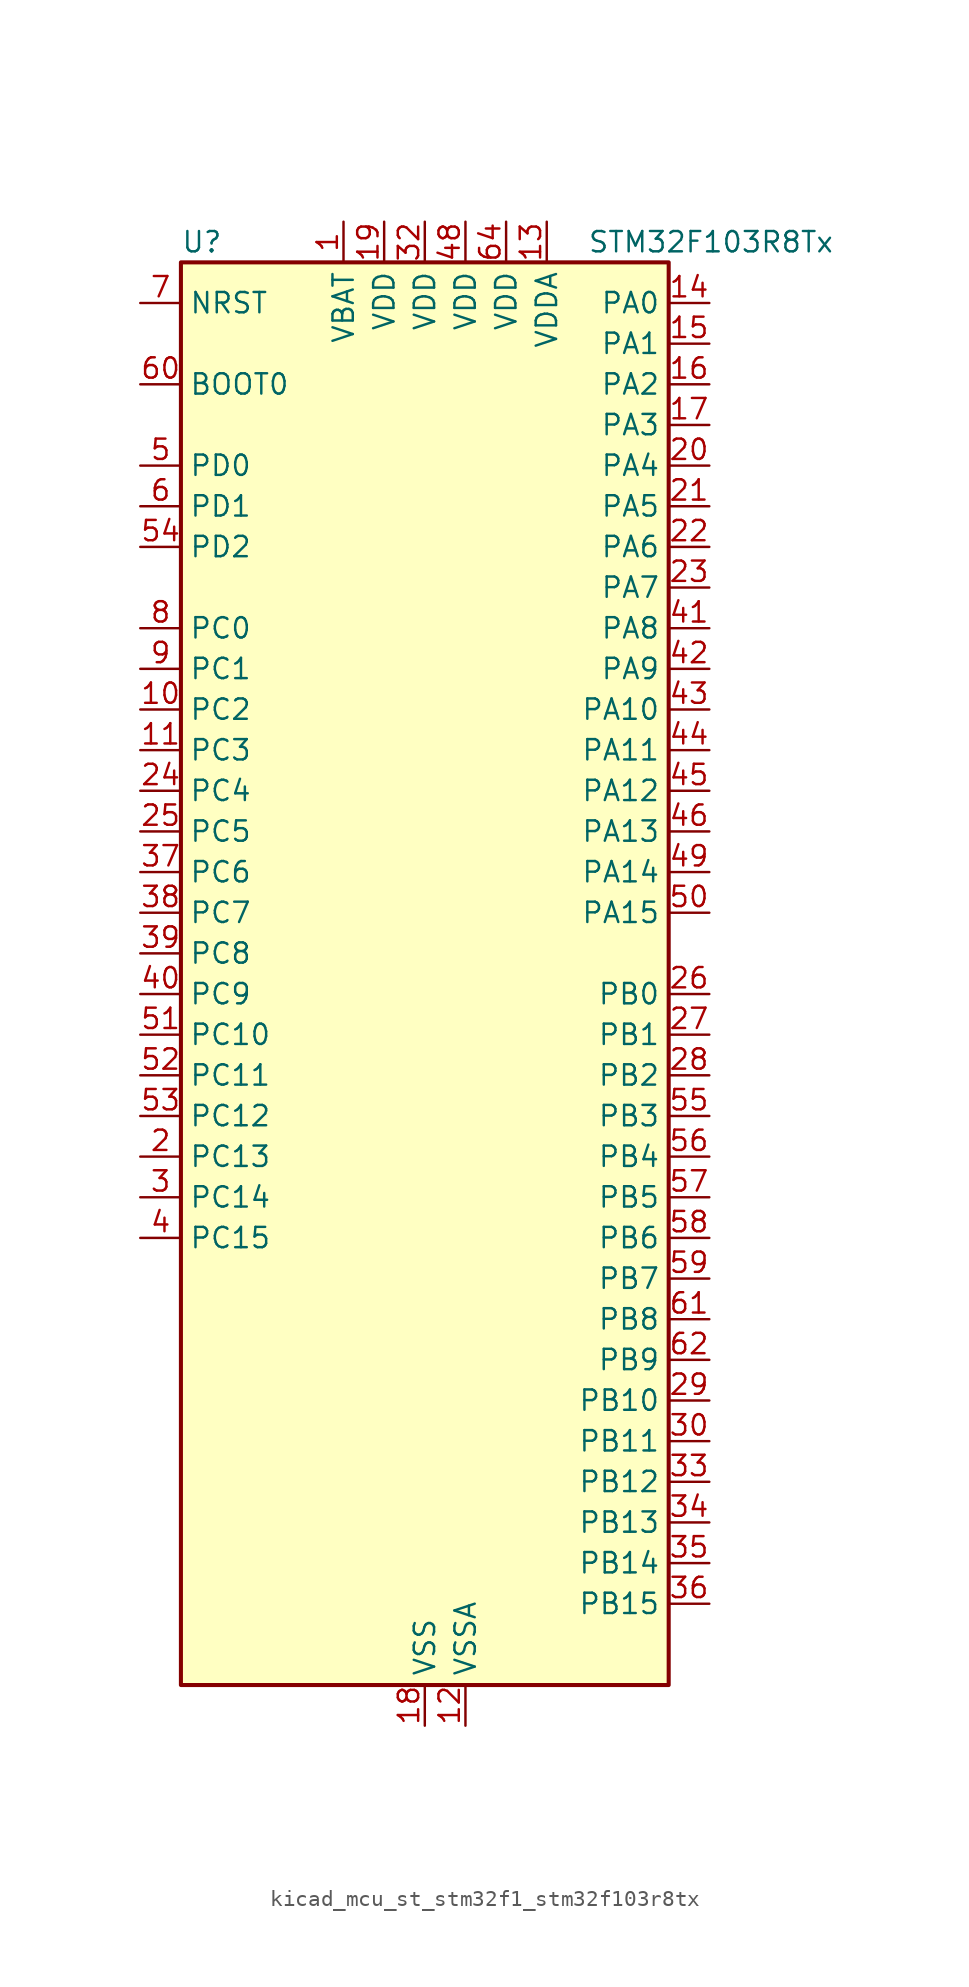
<source format=kicad_sym>
(kicad_symbol_lib
  (version 20220914)
  (generator kicad_symbol_editor)
  (symbol "kicad_mcu_st_stm32f1_stm32f103r8tx"
    (property "Reference" "U"
      (at -15.24 46.99 0)
      (effects (font (size 1.27 1.27)) (justify left)))
    (property "Value" "STM32F103R8Tx"
      (at 10.16 46.99 0)
      (effects (font (size 1.27 1.27)) (justify left)))
    (property "ki_locked" ""
      (at 0 0 0)
      (effects (font (size 1.27 1.27))))
    (symbol "kicad_mcu_st_stm32f1_stm32f103r8tx_0_1"
      (rectangle (start -15.24 -43.18) (end 15.24 45.72) (stroke (width 0.254) (type default)) (fill (type background))))
    (symbol "kicad_mcu_st_stm32f1_stm32f103r8tx_1_1"
      (pin power_in line (at -5.08 48.26 270) (length 2.54) (name "VBAT" (effects (font (size 1.27 1.27)))) (number "1" (effects (font (size 1.27 1.27)))))
      (pin bidirectional line (at -17.78 17.78 0) (length 2.54) (name "PC2" (effects (font (size 1.27 1.27)))) (number "10" (effects (font (size 1.27 1.27)))) (alternate "ADC1_IN12" bidirectional line) (alternate "ADC2_IN12" bidirectional line))
      (pin bidirectional line (at -17.78 15.24 0) (length 2.54) (name "PC3" (effects (font (size 1.27 1.27)))) (number "11" (effects (font (size 1.27 1.27)))) (alternate "ADC1_IN13" bidirectional line) (alternate "ADC2_IN13" bidirectional line))
      (pin power_in line (at 2.54 -45.72 90) (length 2.54) (name "VSSA" (effects (font (size 1.27 1.27)))) (number "12" (effects (font (size 1.27 1.27)))))
      (pin power_in line (at 7.62 48.26 270) (length 2.54) (name "VDDA" (effects (font (size 1.27 1.27)))) (number "13" (effects (font (size 1.27 1.27)))))
      (pin bidirectional line (at 17.78 43.18 180) (length 2.54) (name "PA0" (effects (font (size 1.27 1.27)))) (number "14" (effects (font (size 1.27 1.27)))) (alternate "ADC1_IN0" bidirectional line) (alternate "ADC2_IN0" bidirectional line) (alternate "SYS_WKUP" bidirectional line) (alternate "TIM2_CH1" bidirectional line) (alternate "TIM2_ETR" bidirectional line) (alternate "USART2_CTS" bidirectional line))
      (pin bidirectional line (at 17.78 40.64 180) (length 2.54) (name "PA1" (effects (font (size 1.27 1.27)))) (number "15" (effects (font (size 1.27 1.27)))) (alternate "ADC1_IN1" bidirectional line) (alternate "ADC2_IN1" bidirectional line) (alternate "TIM2_CH2" bidirectional line) (alternate "USART2_RTS" bidirectional line))
      (pin bidirectional line (at 17.78 38.1 180) (length 2.54) (name "PA2" (effects (font (size 1.27 1.27)))) (number "16" (effects (font (size 1.27 1.27)))) (alternate "ADC1_IN2" bidirectional line) (alternate "ADC2_IN2" bidirectional line) (alternate "TIM2_CH3" bidirectional line) (alternate "USART2_TX" bidirectional line))
      (pin bidirectional line (at 17.78 35.56 180) (length 2.54) (name "PA3" (effects (font (size 1.27 1.27)))) (number "17" (effects (font (size 1.27 1.27)))) (alternate "ADC1_IN3" bidirectional line) (alternate "ADC2_IN3" bidirectional line) (alternate "TIM2_CH4" bidirectional line) (alternate "USART2_RX" bidirectional line))
      (pin power_in line (at 0 -45.72 90) (length 2.54) (name "VSS" (effects (font (size 1.27 1.27)))) (number "18" (effects (font (size 1.27 1.27)))))
      (pin power_in line (at -2.54 48.26 270) (length 2.54) (name "VDD" (effects (font (size 1.27 1.27)))) (number "19" (effects (font (size 1.27 1.27)))))
      (pin bidirectional line (at -17.78 -10.16 0) (length 2.54) (name "PC13" (effects (font (size 1.27 1.27)))) (number "2" (effects (font (size 1.27 1.27)))) (alternate "RTC_OUT" bidirectional line) (alternate "RTC_TAMPER" bidirectional line))
      (pin bidirectional line (at 17.78 33.02 180) (length 2.54) (name "PA4" (effects (font (size 1.27 1.27)))) (number "20" (effects (font (size 1.27 1.27)))) (alternate "ADC1_IN4" bidirectional line) (alternate "ADC2_IN4" bidirectional line) (alternate "SPI1_NSS" bidirectional line) (alternate "USART2_CK" bidirectional line))
      (pin bidirectional line (at 17.78 30.48 180) (length 2.54) (name "PA5" (effects (font (size 1.27 1.27)))) (number "21" (effects (font (size 1.27 1.27)))) (alternate "ADC1_IN5" bidirectional line) (alternate "ADC2_IN5" bidirectional line) (alternate "SPI1_SCK" bidirectional line))
      (pin bidirectional line (at 17.78 27.94 180) (length 2.54) (name "PA6" (effects (font (size 1.27 1.27)))) (number "22" (effects (font (size 1.27 1.27)))) (alternate "ADC1_IN6" bidirectional line) (alternate "ADC2_IN6" bidirectional line) (alternate "SPI1_MISO" bidirectional line) (alternate "TIM1_BKIN" bidirectional line) (alternate "TIM3_CH1" bidirectional line))
      (pin bidirectional line (at 17.78 25.4 180) (length 2.54) (name "PA7" (effects (font (size 1.27 1.27)))) (number "23" (effects (font (size 1.27 1.27)))) (alternate "ADC1_IN7" bidirectional line) (alternate "ADC2_IN7" bidirectional line) (alternate "SPI1_MOSI" bidirectional line) (alternate "TIM1_CH1N" bidirectional line) (alternate "TIM3_CH2" bidirectional line))
      (pin bidirectional line (at -17.78 12.7 0) (length 2.54) (name "PC4" (effects (font (size 1.27 1.27)))) (number "24" (effects (font (size 1.27 1.27)))) (alternate "ADC1_IN14" bidirectional line) (alternate "ADC2_IN14" bidirectional line))
      (pin bidirectional line (at -17.78 10.16 0) (length 2.54) (name "PC5" (effects (font (size 1.27 1.27)))) (number "25" (effects (font (size 1.27 1.27)))) (alternate "ADC1_IN15" bidirectional line) (alternate "ADC2_IN15" bidirectional line))
      (pin bidirectional line (at 17.78 0 180) (length 2.54) (name "PB0" (effects (font (size 1.27 1.27)))) (number "26" (effects (font (size 1.27 1.27)))) (alternate "ADC1_IN8" bidirectional line) (alternate "ADC2_IN8" bidirectional line) (alternate "TIM1_CH2N" bidirectional line) (alternate "TIM3_CH3" bidirectional line))
      (pin bidirectional line (at 17.78 -2.54 180) (length 2.54) (name "PB1" (effects (font (size 1.27 1.27)))) (number "27" (effects (font (size 1.27 1.27)))) (alternate "ADC1_IN9" bidirectional line) (alternate "ADC2_IN9" bidirectional line) (alternate "TIM1_CH3N" bidirectional line) (alternate "TIM3_CH4" bidirectional line))
      (pin bidirectional line (at 17.78 -5.08 180) (length 2.54) (name "PB2" (effects (font (size 1.27 1.27)))) (number "28" (effects (font (size 1.27 1.27)))))
      (pin bidirectional line (at 17.78 -25.4 180) (length 2.54) (name "PB10" (effects (font (size 1.27 1.27)))) (number "29" (effects (font (size 1.27 1.27)))) (alternate "I2C2_SCL" bidirectional line) (alternate "TIM2_CH3" bidirectional line) (alternate "USART3_TX" bidirectional line))
      (pin bidirectional line (at -17.78 -12.7 0) (length 2.54) (name "PC14" (effects (font (size 1.27 1.27)))) (number "3" (effects (font (size 1.27 1.27)))) (alternate "RCC_OSC32_IN" bidirectional line))
      (pin bidirectional line (at 17.78 -27.94 180) (length 2.54) (name "PB11" (effects (font (size 1.27 1.27)))) (number "30" (effects (font (size 1.27 1.27)))) (alternate "ADC1_EXTI11" bidirectional line) (alternate "ADC2_EXTI11" bidirectional line) (alternate "I2C2_SDA" bidirectional line) (alternate "TIM2_CH4" bidirectional line) (alternate "USART3_RX" bidirectional line))
      (pin passive line (at 0 -45.72 90) (length 2.54) hide (name "VSS" (effects (font (size 1.27 1.27)))) (number "31" (effects (font (size 1.27 1.27)))))
      (pin power_in line (at 0 48.26 270) (length 2.54) (name "VDD" (effects (font (size 1.27 1.27)))) (number "32" (effects (font (size 1.27 1.27)))))
      (pin bidirectional line (at 17.78 -30.48 180) (length 2.54) (name "PB12" (effects (font (size 1.27 1.27)))) (number "33" (effects (font (size 1.27 1.27)))) (alternate "I2C2_SMBA" bidirectional line) (alternate "SPI2_NSS" bidirectional line) (alternate "TIM1_BKIN" bidirectional line) (alternate "USART3_CK" bidirectional line))
      (pin bidirectional line (at 17.78 -33.02 180) (length 2.54) (name "PB13" (effects (font (size 1.27 1.27)))) (number "34" (effects (font (size 1.27 1.27)))) (alternate "SPI2_SCK" bidirectional line) (alternate "TIM1_CH1N" bidirectional line) (alternate "USART3_CTS" bidirectional line))
      (pin bidirectional line (at 17.78 -35.56 180) (length 2.54) (name "PB14" (effects (font (size 1.27 1.27)))) (number "35" (effects (font (size 1.27 1.27)))) (alternate "SPI2_MISO" bidirectional line) (alternate "TIM1_CH2N" bidirectional line) (alternate "USART3_RTS" bidirectional line))
      (pin bidirectional line (at 17.78 -38.1 180) (length 2.54) (name "PB15" (effects (font (size 1.27 1.27)))) (number "36" (effects (font (size 1.27 1.27)))) (alternate "ADC1_EXTI15" bidirectional line) (alternate "ADC2_EXTI15" bidirectional line) (alternate "SPI2_MOSI" bidirectional line) (alternate "TIM1_CH3N" bidirectional line))
      (pin bidirectional line (at -17.78 7.62 0) (length 2.54) (name "PC6" (effects (font (size 1.27 1.27)))) (number "37" (effects (font (size 1.27 1.27)))) (alternate "TIM3_CH1" bidirectional line))
      (pin bidirectional line (at -17.78 5.08 0) (length 2.54) (name "PC7" (effects (font (size 1.27 1.27)))) (number "38" (effects (font (size 1.27 1.27)))) (alternate "TIM3_CH2" bidirectional line))
      (pin bidirectional line (at -17.78 2.54 0) (length 2.54) (name "PC8" (effects (font (size 1.27 1.27)))) (number "39" (effects (font (size 1.27 1.27)))) (alternate "TIM3_CH3" bidirectional line))
      (pin bidirectional line (at -17.78 -15.24 0) (length 2.54) (name "PC15" (effects (font (size 1.27 1.27)))) (number "4" (effects (font (size 1.27 1.27)))) (alternate "ADC1_EXTI15" bidirectional line) (alternate "ADC2_EXTI15" bidirectional line) (alternate "RCC_OSC32_OUT" bidirectional line))
      (pin bidirectional line (at -17.78 0 0) (length 2.54) (name "PC9" (effects (font (size 1.27 1.27)))) (number "40" (effects (font (size 1.27 1.27)))) (alternate "TIM3_CH4" bidirectional line))
      (pin bidirectional line (at 17.78 22.86 180) (length 2.54) (name "PA8" (effects (font (size 1.27 1.27)))) (number "41" (effects (font (size 1.27 1.27)))) (alternate "RCC_MCO" bidirectional line) (alternate "TIM1_CH1" bidirectional line) (alternate "USART1_CK" bidirectional line))
      (pin bidirectional line (at 17.78 20.32 180) (length 2.54) (name "PA9" (effects (font (size 1.27 1.27)))) (number "42" (effects (font (size 1.27 1.27)))) (alternate "TIM1_CH2" bidirectional line) (alternate "USART1_TX" bidirectional line))
      (pin bidirectional line (at 17.78 17.78 180) (length 2.54) (name "PA10" (effects (font (size 1.27 1.27)))) (number "43" (effects (font (size 1.27 1.27)))) (alternate "TIM1_CH3" bidirectional line) (alternate "USART1_RX" bidirectional line))
      (pin bidirectional line (at 17.78 15.24 180) (length 2.54) (name "PA11" (effects (font (size 1.27 1.27)))) (number "44" (effects (font (size 1.27 1.27)))) (alternate "ADC1_EXTI11" bidirectional line) (alternate "ADC2_EXTI11" bidirectional line) (alternate "CAN_RX" bidirectional line) (alternate "TIM1_CH4" bidirectional line) (alternate "USART1_CTS" bidirectional line) (alternate "USB_DM" bidirectional line))
      (pin bidirectional line (at 17.78 12.7 180) (length 2.54) (name "PA12" (effects (font (size 1.27 1.27)))) (number "45" (effects (font (size 1.27 1.27)))) (alternate "CAN_TX" bidirectional line) (alternate "TIM1_ETR" bidirectional line) (alternate "USART1_RTS" bidirectional line) (alternate "USB_DP" bidirectional line))
      (pin bidirectional line (at 17.78 10.16 180) (length 2.54) (name "PA13" (effects (font (size 1.27 1.27)))) (number "46" (effects (font (size 1.27 1.27)))) (alternate "SYS_JTMS-SWDIO" bidirectional line))
      (pin passive line (at 0 -45.72 90) (length 2.54) hide (name "VSS" (effects (font (size 1.27 1.27)))) (number "47" (effects (font (size 1.27 1.27)))))
      (pin power_in line (at 2.54 48.26 270) (length 2.54) (name "VDD" (effects (font (size 1.27 1.27)))) (number "48" (effects (font (size 1.27 1.27)))))
      (pin bidirectional line (at 17.78 7.62 180) (length 2.54) (name "PA14" (effects (font (size 1.27 1.27)))) (number "49" (effects (font (size 1.27 1.27)))) (alternate "SYS_JTCK-SWCLK" bidirectional line))
      (pin bidirectional line (at -17.78 33.02 0) (length 2.54) (name "PD0" (effects (font (size 1.27 1.27)))) (number "5" (effects (font (size 1.27 1.27)))) (alternate "RCC_OSC_IN" bidirectional line))
      (pin bidirectional line (at 17.78 5.08 180) (length 2.54) (name "PA15" (effects (font (size 1.27 1.27)))) (number "50" (effects (font (size 1.27 1.27)))) (alternate "ADC1_EXTI15" bidirectional line) (alternate "ADC2_EXTI15" bidirectional line) (alternate "SPI1_NSS" bidirectional line) (alternate "SYS_JTDI" bidirectional line) (alternate "TIM2_CH1" bidirectional line) (alternate "TIM2_ETR" bidirectional line))
      (pin bidirectional line (at -17.78 -2.54 0) (length 2.54) (name "PC10" (effects (font (size 1.27 1.27)))) (number "51" (effects (font (size 1.27 1.27)))) (alternate "USART3_TX" bidirectional line))
      (pin bidirectional line (at -17.78 -5.08 0) (length 2.54) (name "PC11" (effects (font (size 1.27 1.27)))) (number "52" (effects (font (size 1.27 1.27)))) (alternate "ADC1_EXTI11" bidirectional line) (alternate "ADC2_EXTI11" bidirectional line) (alternate "USART3_RX" bidirectional line))
      (pin bidirectional line (at -17.78 -7.62 0) (length 2.54) (name "PC12" (effects (font (size 1.27 1.27)))) (number "53" (effects (font (size 1.27 1.27)))) (alternate "USART3_CK" bidirectional line))
      (pin bidirectional line (at -17.78 27.94 0) (length 2.54) (name "PD2" (effects (font (size 1.27 1.27)))) (number "54" (effects (font (size 1.27 1.27)))) (alternate "TIM3_ETR" bidirectional line))
      (pin bidirectional line (at 17.78 -7.62 180) (length 2.54) (name "PB3" (effects (font (size 1.27 1.27)))) (number "55" (effects (font (size 1.27 1.27)))) (alternate "SPI1_SCK" bidirectional line) (alternate "SYS_JTDO-TRACESWO" bidirectional line) (alternate "TIM2_CH2" bidirectional line))
      (pin bidirectional line (at 17.78 -10.16 180) (length 2.54) (name "PB4" (effects (font (size 1.27 1.27)))) (number "56" (effects (font (size 1.27 1.27)))) (alternate "SPI1_MISO" bidirectional line) (alternate "SYS_NJTRST" bidirectional line) (alternate "TIM3_CH1" bidirectional line))
      (pin bidirectional line (at 17.78 -12.7 180) (length 2.54) (name "PB5" (effects (font (size 1.27 1.27)))) (number "57" (effects (font (size 1.27 1.27)))) (alternate "I2C1_SMBA" bidirectional line) (alternate "SPI1_MOSI" bidirectional line) (alternate "TIM3_CH2" bidirectional line))
      (pin bidirectional line (at 17.78 -15.24 180) (length 2.54) (name "PB6" (effects (font (size 1.27 1.27)))) (number "58" (effects (font (size 1.27 1.27)))) (alternate "I2C1_SCL" bidirectional line) (alternate "TIM4_CH1" bidirectional line) (alternate "USART1_TX" bidirectional line))
      (pin bidirectional line (at 17.78 -17.78 180) (length 2.54) (name "PB7" (effects (font (size 1.27 1.27)))) (number "59" (effects (font (size 1.27 1.27)))) (alternate "I2C1_SDA" bidirectional line) (alternate "TIM4_CH2" bidirectional line) (alternate "USART1_RX" bidirectional line))
      (pin bidirectional line (at -17.78 30.48 0) (length 2.54) (name "PD1" (effects (font (size 1.27 1.27)))) (number "6" (effects (font (size 1.27 1.27)))) (alternate "RCC_OSC_OUT" bidirectional line))
      (pin input line (at -17.78 38.1 0) (length 2.54) (name "BOOT0" (effects (font (size 1.27 1.27)))) (number "60" (effects (font (size 1.27 1.27)))))
      (pin bidirectional line (at 17.78 -20.32 180) (length 2.54) (name "PB8" (effects (font (size 1.27 1.27)))) (number "61" (effects (font (size 1.27 1.27)))) (alternate "CAN_RX" bidirectional line) (alternate "I2C1_SCL" bidirectional line) (alternate "TIM4_CH3" bidirectional line))
      (pin bidirectional line (at 17.78 -22.86 180) (length 2.54) (name "PB9" (effects (font (size 1.27 1.27)))) (number "62" (effects (font (size 1.27 1.27)))) (alternate "CAN_TX" bidirectional line) (alternate "I2C1_SDA" bidirectional line) (alternate "TIM4_CH4" bidirectional line))
      (pin passive line (at 0 -45.72 90) (length 2.54) hide (name "VSS" (effects (font (size 1.27 1.27)))) (number "63" (effects (font (size 1.27 1.27)))))
      (pin power_in line (at 5.08 48.26 270) (length 2.54) (name "VDD" (effects (font (size 1.27 1.27)))) (number "64" (effects (font (size 1.27 1.27)))))
      (pin input line (at -17.78 43.18 0) (length 2.54) (name "NRST" (effects (font (size 1.27 1.27)))) (number "7" (effects (font (size 1.27 1.27)))))
      (pin bidirectional line (at -17.78 22.86 0) (length 2.54) (name "PC0" (effects (font (size 1.27 1.27)))) (number "8" (effects (font (size 1.27 1.27)))) (alternate "ADC1_IN10" bidirectional line) (alternate "ADC2_IN10" bidirectional line))
      (pin bidirectional line (at -17.78 20.32 0) (length 2.54) (name "PC1" (effects (font (size 1.27 1.27)))) (number "9" (effects (font (size 1.27 1.27)))) (alternate "ADC1_IN11" bidirectional line) (alternate "ADC2_IN11" bidirectional line)))))
</source>
